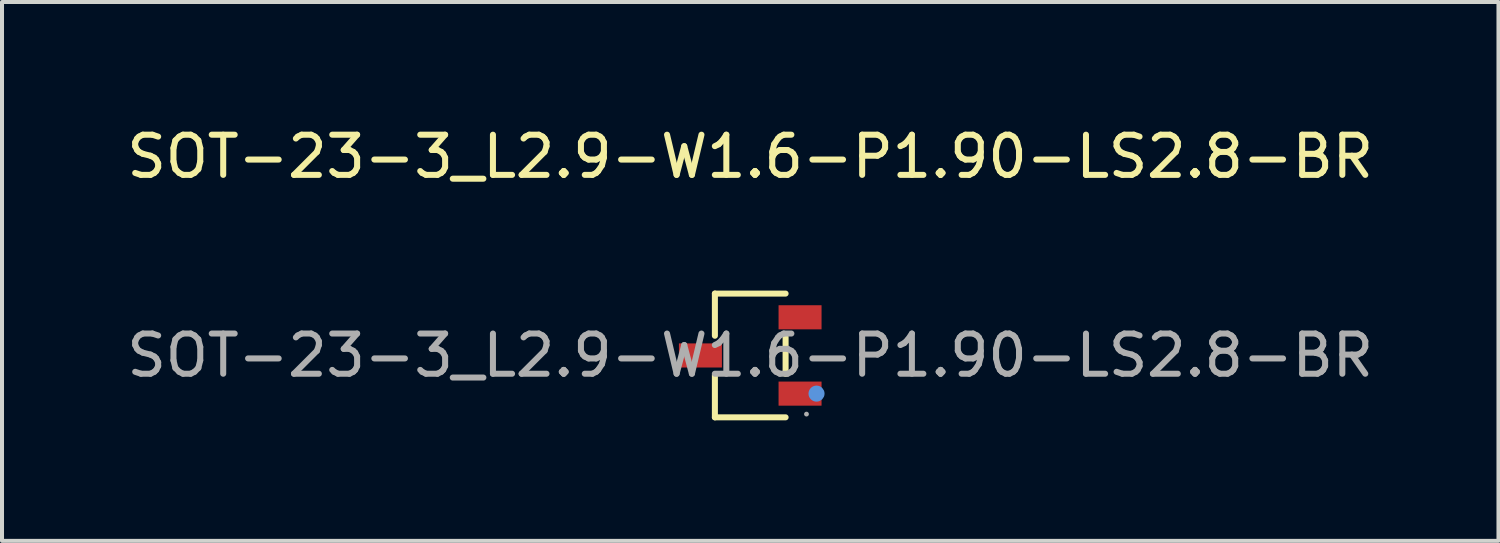
<source format=kicad_pcb>
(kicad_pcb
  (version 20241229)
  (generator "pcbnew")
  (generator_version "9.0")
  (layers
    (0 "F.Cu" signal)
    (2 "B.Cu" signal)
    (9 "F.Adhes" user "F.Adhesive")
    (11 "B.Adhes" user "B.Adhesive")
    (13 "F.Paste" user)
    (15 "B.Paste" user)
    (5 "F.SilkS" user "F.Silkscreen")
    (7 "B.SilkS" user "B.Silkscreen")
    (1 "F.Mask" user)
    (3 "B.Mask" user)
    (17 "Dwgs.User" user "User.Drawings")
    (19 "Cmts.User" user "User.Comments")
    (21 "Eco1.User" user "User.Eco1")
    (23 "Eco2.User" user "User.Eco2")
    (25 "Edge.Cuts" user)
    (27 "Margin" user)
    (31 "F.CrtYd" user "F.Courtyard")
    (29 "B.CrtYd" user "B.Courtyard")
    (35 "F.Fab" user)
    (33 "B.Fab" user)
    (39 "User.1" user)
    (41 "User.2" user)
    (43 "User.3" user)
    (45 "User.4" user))
  (footprint "SOT-23-3_L2.9-W1.6-P1.90-LS2.8-BR"
    (layer "F.Cu")
    (at 15.625 5.798)
    (property "Reference" "SOT-23-3_L2.9-W1.6-P1.90-LS2.8-BR" (at 0 -4.95 0) (layer "F.SilkS") (effects (font (size 1 1) (thickness 0.15))))
    (attr smd)
    (fp_line (start -0.88 -1.54) (end -0.88 -0.49) (stroke (width 0.15) (type solid)) (layer "F.SilkS"))
    (fp_line (start -0.88 1.54) (end -0.88 0.49) (stroke (width 0.15) (type solid)) (layer "F.SilkS"))
    (fp_line (start 0.88 -1.54) (end -0.88 -1.54) (stroke (width 0.15) (type solid)) (layer "F.SilkS"))
    (fp_line (start 0.88 -0.46) (end 0.88 0.46) (stroke (width 0.15) (type solid)) (layer "F.SilkS"))
    (fp_line (start 0.88 1.54) (end -0.88 1.54) (stroke (width 0.15) (type solid)) (layer "F.SilkS"))
    (fp_circle (center 1.65 0.95) (end 1.75 0.95) (stroke (width 0.2) (type solid)) (fill no) (layer "Cmts.User"))
    (fp_circle (center 1.4 1.46) (end 1.43 1.46) (stroke (width 0.06) (type solid)) (fill no) (layer "F.Fab"))
    (fp_text user "${REFERENCE}" (at 0 0 0) (layer "F.Fab") (effects (font (size 1 1) (thickness 0.15))))
    (pad "1" smd rect (at 1.24 0.95) (size 1.07 0.6) (layers "F.Cu" "F.Mask" "F.Paste"))
    (pad "2" smd rect (at 1.24 -0.95) (size 1.07 0.6) (layers "F.Cu" "F.Mask" "F.Paste"))
    (pad "3" smd rect (at -1.24 0) (size 1.07 0.6) (layers "F.Cu" "F.Mask" "F.Paste")))
  (gr_rect
    (start -3 -3)
    (end 34.25 10.413)
    (stroke (width 0.1) (type default))
    (fill no)
    (layer "Edge.Cuts")))
</source>
